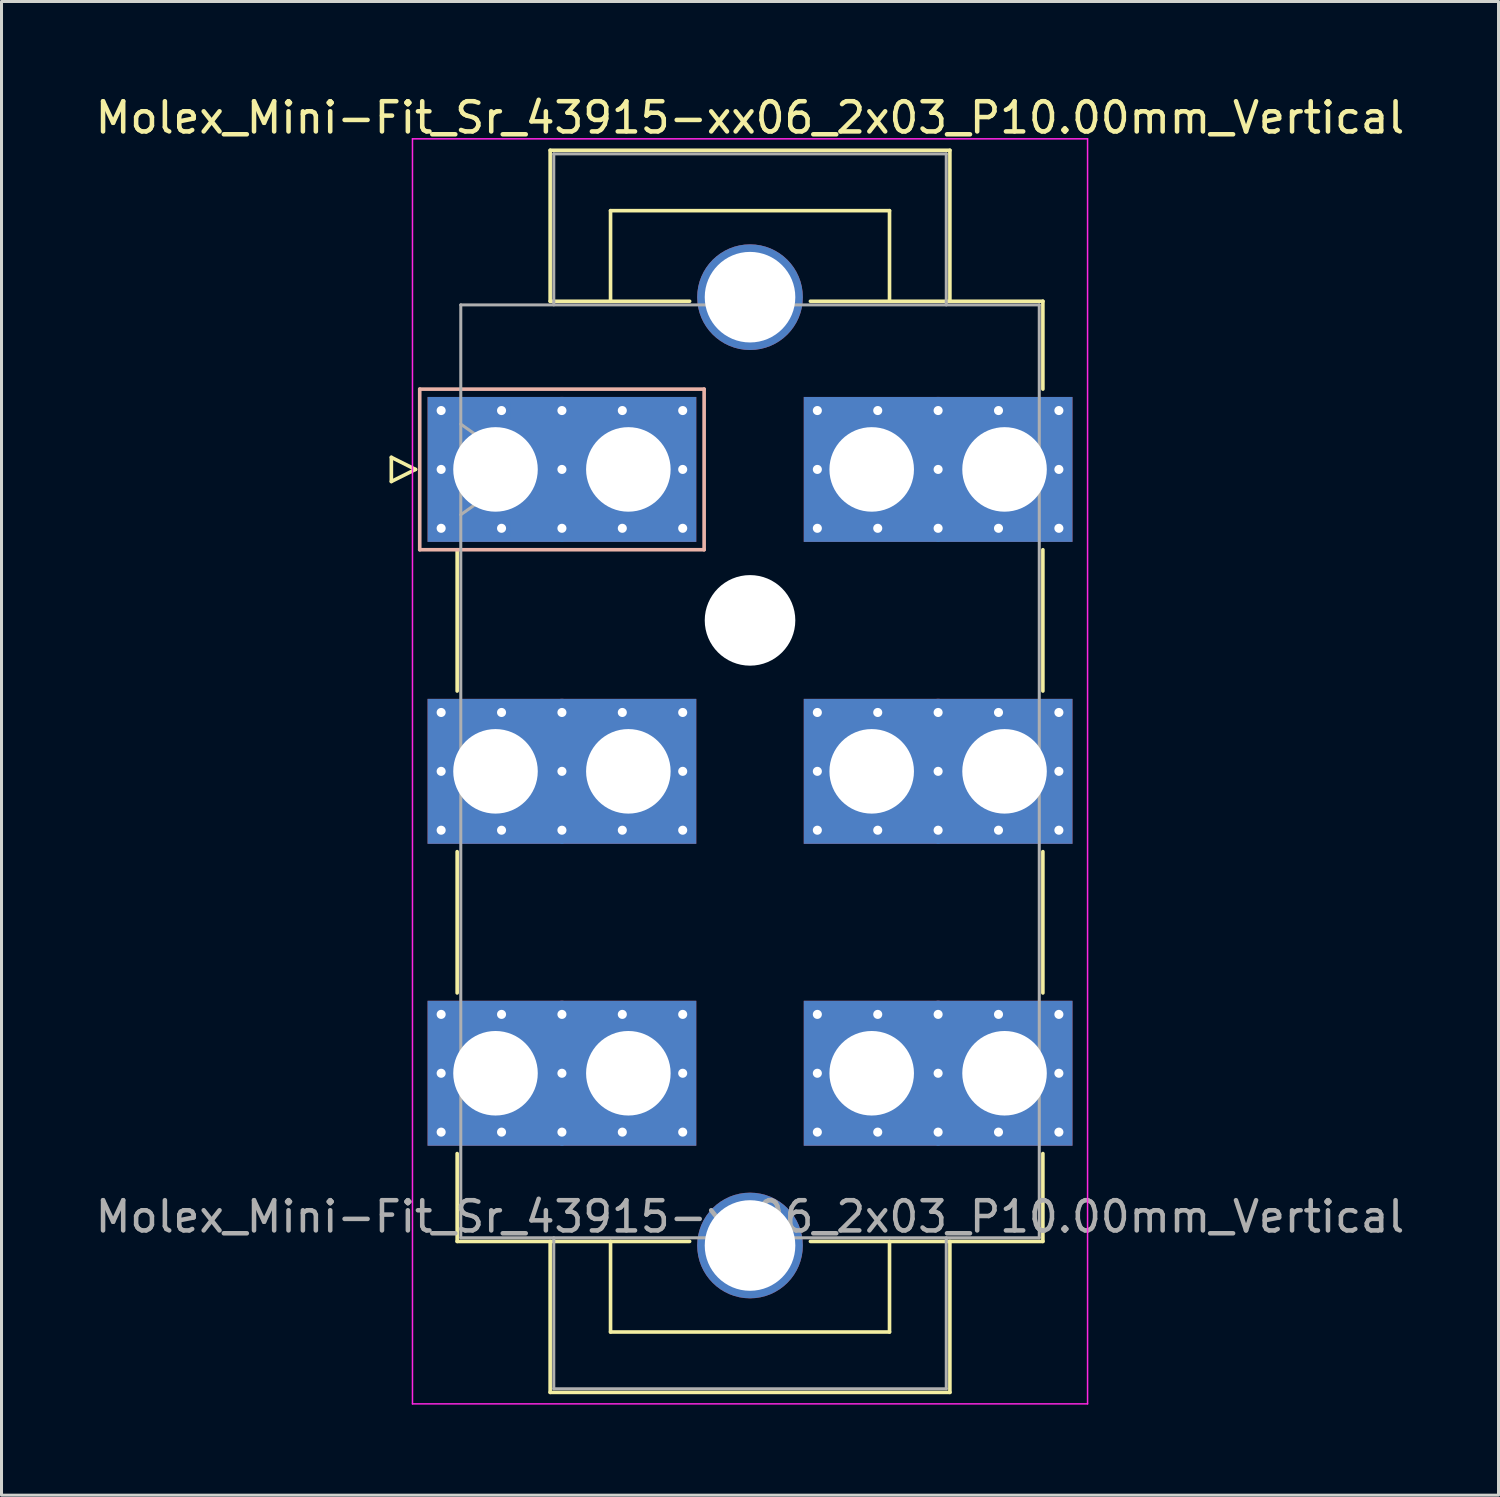
<source format=kicad_pcb>
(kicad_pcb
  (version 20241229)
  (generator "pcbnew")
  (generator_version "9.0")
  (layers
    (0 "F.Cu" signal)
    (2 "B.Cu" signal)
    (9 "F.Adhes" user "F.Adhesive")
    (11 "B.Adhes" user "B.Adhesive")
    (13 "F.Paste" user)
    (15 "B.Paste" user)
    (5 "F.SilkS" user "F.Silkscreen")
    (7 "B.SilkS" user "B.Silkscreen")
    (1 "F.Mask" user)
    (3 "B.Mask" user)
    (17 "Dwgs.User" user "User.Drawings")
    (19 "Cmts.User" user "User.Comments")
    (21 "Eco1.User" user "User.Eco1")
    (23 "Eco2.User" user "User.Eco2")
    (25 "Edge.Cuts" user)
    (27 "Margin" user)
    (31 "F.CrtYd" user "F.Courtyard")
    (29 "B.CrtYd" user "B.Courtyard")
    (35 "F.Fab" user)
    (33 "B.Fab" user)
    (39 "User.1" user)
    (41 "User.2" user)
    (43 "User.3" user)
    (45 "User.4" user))
  (footprint "Molex_Mini-Fit_Sr_43915-xx06_2x03_P10.00mm_Vertical"
    (layer "F.Cu")
    (at 13.362 12.498)
    (property "Reference" "Molex_Mini-Fit_Sr_43915-xx06_2x03_P10.00mm_Vertical" (at 8.43 -11.65 0) (layer "F.SilkS") (effects (font (size 1 1) (thickness 0.15))))
    (attr through_hole)
    (fp_line (start -3.45 -0.4) (end -3.45 0.4) (stroke (width 0.12) (type solid)) (layer "F.SilkS"))
    (fp_line (start -3.45 0.4) (end -2.65 0) (stroke (width 0.12) (type solid)) (layer "F.SilkS"))
    (fp_line (start -2.65 0) (end -3.45 -0.4) (stroke (width 0.12) (type solid)) (layer "F.SilkS"))
    (fp_line (start -1.27 2.66) (end -1.27 7.34) (stroke (width 0.12) (type solid)) (layer "F.SilkS"))
    (fp_line (start -1.27 12.66) (end -1.27 17.34) (stroke (width 0.12) (type solid)) (layer "F.SilkS"))
    (fp_line (start -1.27 22.66) (end -1.27 25.57) (stroke (width 0.12) (type solid)) (layer "F.SilkS"))
    (fp_line (start -1.27 25.57) (end 6.43 25.57) (stroke (width 0.12) (type solid)) (layer "F.SilkS"))
    (fp_line (start 1.81 -10.57) (end 15.05 -10.57) (stroke (width 0.12) (type solid)) (layer "F.SilkS"))
    (fp_line (start 1.81 -5.57) (end 1.81 -10.57) (stroke (width 0.12) (type solid)) (layer "F.SilkS"))
    (fp_line (start 1.81 25.57) (end 1.81 30.57) (stroke (width 0.12) (type solid)) (layer "F.SilkS"))
    (fp_line (start 1.81 30.57) (end 15.05 30.57) (stroke (width 0.12) (type solid)) (layer "F.SilkS"))
    (fp_line (start 3.81 -8.57) (end 13.05 -8.57) (stroke (width 0.12) (type solid)) (layer "F.SilkS"))
    (fp_line (start 3.81 -5.57) (end 3.81 -8.57) (stroke (width 0.12) (type solid)) (layer "F.SilkS"))
    (fp_line (start 3.81 25.57) (end 3.81 28.57) (stroke (width 0.12) (type solid)) (layer "F.SilkS"))
    (fp_line (start 3.81 28.57) (end 13.05 28.57) (stroke (width 0.12) (type solid)) (layer "F.SilkS"))
    (fp_line (start 6.43 -5.57) (end 1.81 -5.57) (stroke (width 0.12) (type solid)) (layer "F.SilkS"))
    (fp_line (start 13.05 -8.57) (end 13.05 -5.57) (stroke (width 0.12) (type solid)) (layer "F.SilkS"))
    (fp_line (start 13.05 28.57) (end 13.05 25.57) (stroke (width 0.12) (type solid)) (layer "F.SilkS"))
    (fp_line (start 15.05 -10.57) (end 15.05 -5.57) (stroke (width 0.12) (type solid)) (layer "F.SilkS"))
    (fp_line (start 15.05 30.57) (end 15.05 25.57) (stroke (width 0.12) (type solid)) (layer "F.SilkS"))
    (fp_line (start 18.13 -5.57) (end 10.43 -5.57) (stroke (width 0.12) (type solid)) (layer "F.SilkS"))
    (fp_line (start 18.13 -2.66) (end 18.13 -5.57) (stroke (width 0.12) (type solid)) (layer "F.SilkS"))
    (fp_line (start 18.13 2.66) (end 18.13 7.34) (stroke (width 0.12) (type solid)) (layer "F.SilkS"))
    (fp_line (start 18.13 12.66) (end 18.13 17.34) (stroke (width 0.12) (type solid)) (layer "F.SilkS"))
    (fp_line (start 18.13 22.66) (end 18.13 25.57) (stroke (width 0.12) (type solid)) (layer "F.SilkS"))
    (fp_line (start 18.13 25.57) (end 10.43 25.57) (stroke (width 0.12) (type solid)) (layer "F.SilkS"))
    (fp_line (start -2.51 -2.66) (end -2.51 2.66) (stroke (width 0.12) (type solid)) (layer "B.SilkS"))
    (fp_line (start -2.51 2.66) (end 6.91 2.66) (stroke (width 0.12) (type solid)) (layer "B.SilkS"))
    (fp_line (start 6.91 -2.66) (end -2.51 -2.66) (stroke (width 0.12) (type solid)) (layer "B.SilkS"))
    (fp_line (start 6.91 2.66) (end 6.91 -2.66) (stroke (width 0.12) (type solid)) (layer "B.SilkS"))
    (fp_line (start -2.75 -10.95) (end -2.75 30.95) (stroke (width 0.05) (type solid)) (layer "F.CrtYd"))
    (fp_line (start -2.75 30.95) (end 19.61 30.95) (stroke (width 0.05) (type solid)) (layer "F.CrtYd"))
    (fp_line (start 19.61 -10.95) (end -2.75 -10.95) (stroke (width 0.05) (type solid)) (layer "F.CrtYd"))
    (fp_line (start 19.61 30.95) (end 19.61 -10.95) (stroke (width 0.05) (type solid)) (layer "F.CrtYd"))
    (fp_line (start -1.15 -5.45) (end -1.15 25.45) (stroke (width 0.1) (type solid)) (layer "F.Fab"))
    (fp_line (start -1.15 -1.5) (end 0.971 0) (stroke (width 0.1) (type solid)) (layer "F.Fab"))
    (fp_line (start -1.15 25.45) (end 18.01 25.45) (stroke (width 0.1) (type solid)) (layer "F.Fab"))
    (fp_line (start 0.971 0) (end -1.15 1.5) (stroke (width 0.1) (type solid)) (layer "F.Fab"))
    (fp_line (start 1.93 -10.45) (end 14.93 -10.45) (stroke (width 0.1) (type solid)) (layer "F.Fab"))
    (fp_line (start 1.93 -5.45) (end 1.93 -10.45) (stroke (width 0.1) (type solid)) (layer "F.Fab"))
    (fp_line (start 1.93 25.45) (end 1.93 30.45) (stroke (width 0.1) (type solid)) (layer "F.Fab"))
    (fp_line (start 1.93 30.45) (end 14.93 30.45) (stroke (width 0.1) (type solid)) (layer "F.Fab"))
    (fp_line (start 14.93 -10.45) (end 14.93 -5.45) (stroke (width 0.1) (type solid)) (layer "F.Fab"))
    (fp_line (start 14.93 30.45) (end 14.93 25.45) (stroke (width 0.1) (type solid)) (layer "F.Fab"))
    (fp_line (start 18.01 -5.45) (end -1.15 -5.45) (stroke (width 0.1) (type solid)) (layer "F.Fab"))
    (fp_line (start 18.01 25.45) (end 18.01 -5.45) (stroke (width 0.1) (type solid)) (layer "F.Fab"))
    (fp_text user "${REFERENCE}" (at 8.43 24.75 0) (layer "F.Fab") (effects (font (size 1 1) (thickness 0.15))))
    (pad "" thru_hole circle (at 8.43 -5.705) (size 3.5 3.5) (drill 3) (layers "*.Cu" "*.Mask"))
    (pad "" np_thru_hole circle (at 8.43 5) (size 3 3) (drill 3) (layers "*.Cu" "*.Mask"))
    (pad "" thru_hole circle (at 8.43 25.705) (size 3.5 3.5) (drill 3) (layers "*.Cu" "*.Mask"))
    (pad "1" thru_hole rect (at -1.8 -1.95) (size 0.6 0.6) (drill 0.3) (layers "*.Cu" "*.Mask"))
    (pad "1" thru_hole rect (at -1.8 0) (size 0.6 0.6) (drill 0.3) (layers "*.Cu" "*.Mask"))
    (pad "1" thru_hole rect (at -1.8 1.95) (size 0.6 0.6) (drill 0.3) (layers "*.Cu" "*.Mask"))
    (pad "1" thru_hole rect (at 0 0) (size 4.5 4.8) (drill 2.8) (layers "*.Cu" "*.Mask"))
    (pad "1" thru_hole rect (at 0.2 -1.95) (size 0.6 0.6) (drill 0.3) (layers "*.Cu" "*.Mask"))
    (pad "1" thru_hole rect (at 0.2 1.95) (size 0.6 0.6) (drill 0.3) (layers "*.Cu" "*.Mask"))
    (pad "1" thru_hole rect (at 2.2 -1.95) (size 0.6 0.6) (drill 0.3) (layers "*.Cu" "*.Mask"))
    (pad "1" thru_hole rect (at 2.2 0) (size 0.6 0.6) (drill 0.3) (layers "*.Cu" "*.Mask"))
    (pad "1" thru_hole rect (at 2.2 1.95) (size 0.6 0.6) (drill 0.3) (layers "*.Cu" "*.Mask"))
    (pad "1" thru_hole rect (at 4.2 -1.95) (size 0.6 0.6) (drill 0.3) (layers "*.Cu" "*.Mask"))
    (pad "1" thru_hole rect (at 4.2 1.95) (size 0.6 0.6) (drill 0.3) (layers "*.Cu" "*.Mask"))
    (pad "1" thru_hole rect (at 4.4 0) (size 4.5 4.8) (drill 2.8) (layers "*.Cu" "*.Mask"))
    (pad "1" thru_hole rect (at 6.2 -1.95) (size 0.6 0.6) (drill 0.3) (layers "*.Cu" "*.Mask"))
    (pad "1" thru_hole rect (at 6.2 0) (size 0.6 0.6) (drill 0.3) (layers "*.Cu" "*.Mask"))
    (pad "1" thru_hole rect (at 6.2 1.95) (size 0.6 0.6) (drill 0.3) (layers "*.Cu" "*.Mask"))
    (pad "2" thru_hole circle (at -1.8 8.05) (size 0.6 0.6) (drill 0.3) (layers "*.Cu" "*.Mask"))
    (pad "2" thru_hole circle (at -1.8 10) (size 0.6 0.6) (drill 0.3) (layers "*.Cu" "*.Mask"))
    (pad "2" thru_hole circle (at -1.8 11.95) (size 0.6 0.6) (drill 0.3) (layers "*.Cu" "*.Mask"))
    (pad "2" thru_hole rect (at 0 10) (size 4.5 4.8) (drill 2.8) (layers "*.Cu" "*.Mask"))
    (pad "2" thru_hole circle (at 0.2 8.05) (size 0.6 0.6) (drill 0.3) (layers "*.Cu" "*.Mask"))
    (pad "2" thru_hole circle (at 0.2 11.95) (size 0.6 0.6) (drill 0.3) (layers "*.Cu" "*.Mask"))
    (pad "2" thru_hole circle (at 2.2 8.05) (size 0.6 0.6) (drill 0.3) (layers "*.Cu" "*.Mask"))
    (pad "2" thru_hole circle (at 2.2 10) (size 0.6 0.6) (drill 0.3) (layers "*.Cu" "*.Mask"))
    (pad "2" thru_hole circle (at 2.2 11.95) (size 0.6 0.6) (drill 0.3) (layers "*.Cu" "*.Mask"))
    (pad "2" thru_hole circle (at 4.2 8.05) (size 0.6 0.6) (drill 0.3) (layers "*.Cu" "*.Mask"))
    (pad "2" thru_hole circle (at 4.2 11.95) (size 0.6 0.6) (drill 0.3) (layers "*.Cu" "*.Mask"))
    (pad "2" thru_hole rect (at 4.4 10) (size 4.5 4.8) (drill 2.8) (layers "*.Cu" "*.Mask"))
    (pad "2" thru_hole circle (at 6.2 8.05) (size 0.6 0.6) (drill 0.3) (layers "*.Cu" "*.Mask"))
    (pad "2" thru_hole circle (at 6.2 10) (size 0.6 0.6) (drill 0.3) (layers "*.Cu" "*.Mask"))
    (pad "2" thru_hole circle (at 6.2 11.95) (size 0.6 0.6) (drill 0.3) (layers "*.Cu" "*.Mask"))
    (pad "3" thru_hole circle (at -1.8 18.05) (size 0.6 0.6) (drill 0.3) (layers "*.Cu" "*.Mask"))
    (pad "3" thru_hole circle (at -1.8 20) (size 0.6 0.6) (drill 0.3) (layers "*.Cu" "*.Mask"))
    (pad "3" thru_hole circle (at -1.8 21.95) (size 0.6 0.6) (drill 0.3) (layers "*.Cu" "*.Mask"))
    (pad "3" thru_hole rect (at 0 20) (size 4.5 4.8) (drill 2.8) (layers "*.Cu" "*.Mask"))
    (pad "3" thru_hole circle (at 0.2 18.05) (size 0.6 0.6) (drill 0.3) (layers "*.Cu" "*.Mask"))
    (pad "3" thru_hole circle (at 0.2 21.95) (size 0.6 0.6) (drill 0.3) (layers "*.Cu" "*.Mask"))
    (pad "3" thru_hole circle (at 2.2 18.05) (size 0.6 0.6) (drill 0.3) (layers "*.Cu" "*.Mask"))
    (pad "3" thru_hole circle (at 2.2 20) (size 0.6 0.6) (drill 0.3) (layers "*.Cu" "*.Mask"))
    (pad "3" thru_hole circle (at 2.2 21.95) (size 0.6 0.6) (drill 0.3) (layers "*.Cu" "*.Mask"))
    (pad "3" thru_hole circle (at 4.2 18.05) (size 0.6 0.6) (drill 0.3) (layers "*.Cu" "*.Mask"))
    (pad "3" thru_hole circle (at 4.2 21.95) (size 0.6 0.6) (drill 0.3) (layers "*.Cu" "*.Mask"))
    (pad "3" thru_hole rect (at 4.4 20) (size 4.5 4.8) (drill 2.8) (layers "*.Cu" "*.Mask"))
    (pad "3" thru_hole circle (at 6.2 18.05) (size 0.6 0.6) (drill 0.3) (layers "*.Cu" "*.Mask"))
    (pad "3" thru_hole circle (at 6.2 20) (size 0.6 0.6) (drill 0.3) (layers "*.Cu" "*.Mask"))
    (pad "3" thru_hole circle (at 6.2 21.95) (size 0.6 0.6) (drill 0.3) (layers "*.Cu" "*.Mask"))
    (pad "4" thru_hole circle (at 10.66 -1.95) (size 0.6 0.6) (drill 0.3) (layers "*.Cu" "*.Mask"))
    (pad "4" thru_hole circle (at 10.66 0) (size 0.6 0.6) (drill 0.3) (layers "*.Cu" "*.Mask"))
    (pad "4" thru_hole circle (at 10.66 1.95) (size 0.6 0.6) (drill 0.3) (layers "*.Cu" "*.Mask"))
    (pad "4" thru_hole rect (at 12.46 0) (size 4.5 4.8) (drill 2.8) (layers "*.Cu" "*.Mask"))
    (pad "4" thru_hole circle (at 12.66 -1.95) (size 0.6 0.6) (drill 0.3) (layers "*.Cu" "*.Mask"))
    (pad "4" thru_hole circle (at 12.66 1.95) (size 0.6 0.6) (drill 0.3) (layers "*.Cu" "*.Mask"))
    (pad "4" thru_hole circle (at 14.66 -1.95) (size 0.6 0.6) (drill 0.3) (layers "*.Cu" "*.Mask"))
    (pad "4" thru_hole circle (at 14.66 0) (size 0.6 0.6) (drill 0.3) (layers "*.Cu" "*.Mask"))
    (pad "4" thru_hole circle (at 14.66 1.95) (size 0.6 0.6) (drill 0.3) (layers "*.Cu" "*.Mask"))
    (pad "4" thru_hole circle (at 16.66 -1.95) (size 0.6 0.6) (drill 0.3) (layers "*.Cu" "*.Mask"))
    (pad "4" thru_hole circle (at 16.66 1.95) (size 0.6 0.6) (drill 0.3) (layers "*.Cu" "*.Mask"))
    (pad "4" thru_hole rect (at 16.86 0) (size 4.5 4.8) (drill 2.8) (layers "*.Cu" "*.Mask"))
    (pad "4" thru_hole circle (at 18.66 -1.95) (size 0.6 0.6) (drill 0.3) (layers "*.Cu" "*.Mask"))
    (pad "4" thru_hole circle (at 18.66 0) (size 0.6 0.6) (drill 0.3) (layers "*.Cu" "*.Mask"))
    (pad "4" thru_hole circle (at 18.66 1.95) (size 0.6 0.6) (drill 0.3) (layers "*.Cu" "*.Mask"))
    (pad "5" thru_hole circle (at 10.66 8.05) (size 0.6 0.6) (drill 0.3) (layers "*.Cu" "*.Mask"))
    (pad "5" thru_hole circle (at 10.66 10) (size 0.6 0.6) (drill 0.3) (layers "*.Cu" "*.Mask"))
    (pad "5" thru_hole circle (at 10.66 11.95) (size 0.6 0.6) (drill 0.3) (layers "*.Cu" "*.Mask"))
    (pad "5" thru_hole rect (at 12.46 10) (size 4.5 4.8) (drill 2.8) (layers "*.Cu" "*.Mask"))
    (pad "5" thru_hole circle (at 12.66 8.05) (size 0.6 0.6) (drill 0.3) (layers "*.Cu" "*.Mask"))
    (pad "5" thru_hole circle (at 12.66 11.95) (size 0.6 0.6) (drill 0.3) (layers "*.Cu" "*.Mask"))
    (pad "5" thru_hole circle (at 14.66 8.05) (size 0.6 0.6) (drill 0.3) (layers "*.Cu" "*.Mask"))
    (pad "5" thru_hole circle (at 14.66 10) (size 0.6 0.6) (drill 0.3) (layers "*.Cu" "*.Mask"))
    (pad "5" thru_hole circle (at 14.66 11.95) (size 0.6 0.6) (drill 0.3) (layers "*.Cu" "*.Mask"))
    (pad "5" thru_hole circle (at 16.66 8.05) (size 0.6 0.6) (drill 0.3) (layers "*.Cu" "*.Mask"))
    (pad "5" thru_hole circle (at 16.66 11.95) (size 0.6 0.6) (drill 0.3) (layers "*.Cu" "*.Mask"))
    (pad "5" thru_hole rect (at 16.86 10) (size 4.5 4.8) (drill 2.8) (layers "*.Cu" "*.Mask"))
    (pad "5" thru_hole circle (at 18.66 8.05) (size 0.6 0.6) (drill 0.3) (layers "*.Cu" "*.Mask"))
    (pad "5" thru_hole circle (at 18.66 10) (size 0.6 0.6) (drill 0.3) (layers "*.Cu" "*.Mask"))
    (pad "5" thru_hole circle (at 18.66 11.95) (size 0.6 0.6) (drill 0.3) (layers "*.Cu" "*.Mask"))
    (pad "6" thru_hole circle (at 10.66 18.05) (size 0.6 0.6) (drill 0.3) (layers "*.Cu" "*.Mask"))
    (pad "6" thru_hole circle (at 10.66 20) (size 0.6 0.6) (drill 0.3) (layers "*.Cu" "*.Mask"))
    (pad "6" thru_hole circle (at 10.66 21.95) (size 0.6 0.6) (drill 0.3) (layers "*.Cu" "*.Mask"))
    (pad "6" thru_hole rect (at 12.46 20) (size 4.5 4.8) (drill 2.8) (layers "*.Cu" "*.Mask"))
    (pad "6" thru_hole circle (at 12.66 18.05) (size 0.6 0.6) (drill 0.3) (layers "*.Cu" "*.Mask"))
    (pad "6" thru_hole circle (at 12.66 21.95) (size 0.6 0.6) (drill 0.3) (layers "*.Cu" "*.Mask"))
    (pad "6" thru_hole circle (at 14.66 18.05) (size 0.6 0.6) (drill 0.3) (layers "*.Cu" "*.Mask"))
    (pad "6" thru_hole circle (at 14.66 20) (size 0.6 0.6) (drill 0.3) (layers "*.Cu" "*.Mask"))
    (pad "6" thru_hole circle (at 14.66 21.95) (size 0.6 0.6) (drill 0.3) (layers "*.Cu" "*.Mask"))
    (pad "6" thru_hole circle (at 16.66 18.05) (size 0.6 0.6) (drill 0.3) (layers "*.Cu" "*.Mask"))
    (pad "6" thru_hole circle (at 16.66 21.95) (size 0.6 0.6) (drill 0.3) (layers "*.Cu" "*.Mask"))
    (pad "6" thru_hole rect (at 16.86 20) (size 4.5 4.8) (drill 2.8) (layers "*.Cu" "*.Mask"))
    (pad "6" thru_hole circle (at 18.66 18.05) (size 0.6 0.6) (drill 0.3) (layers "*.Cu" "*.Mask"))
    (pad "6" thru_hole circle (at 18.66 20) (size 0.6 0.6) (drill 0.3) (layers "*.Cu" "*.Mask"))
    (pad "6" thru_hole circle (at 18.66 21.95) (size 0.6 0.6) (drill 0.3) (layers "*.Cu" "*.Mask")))
  (gr_rect
    (start -3 -3)
    (end 46.583 46.473)
    (stroke (width 0.1) (type default))
    (fill no)
    (layer "Edge.Cuts")))
</source>
